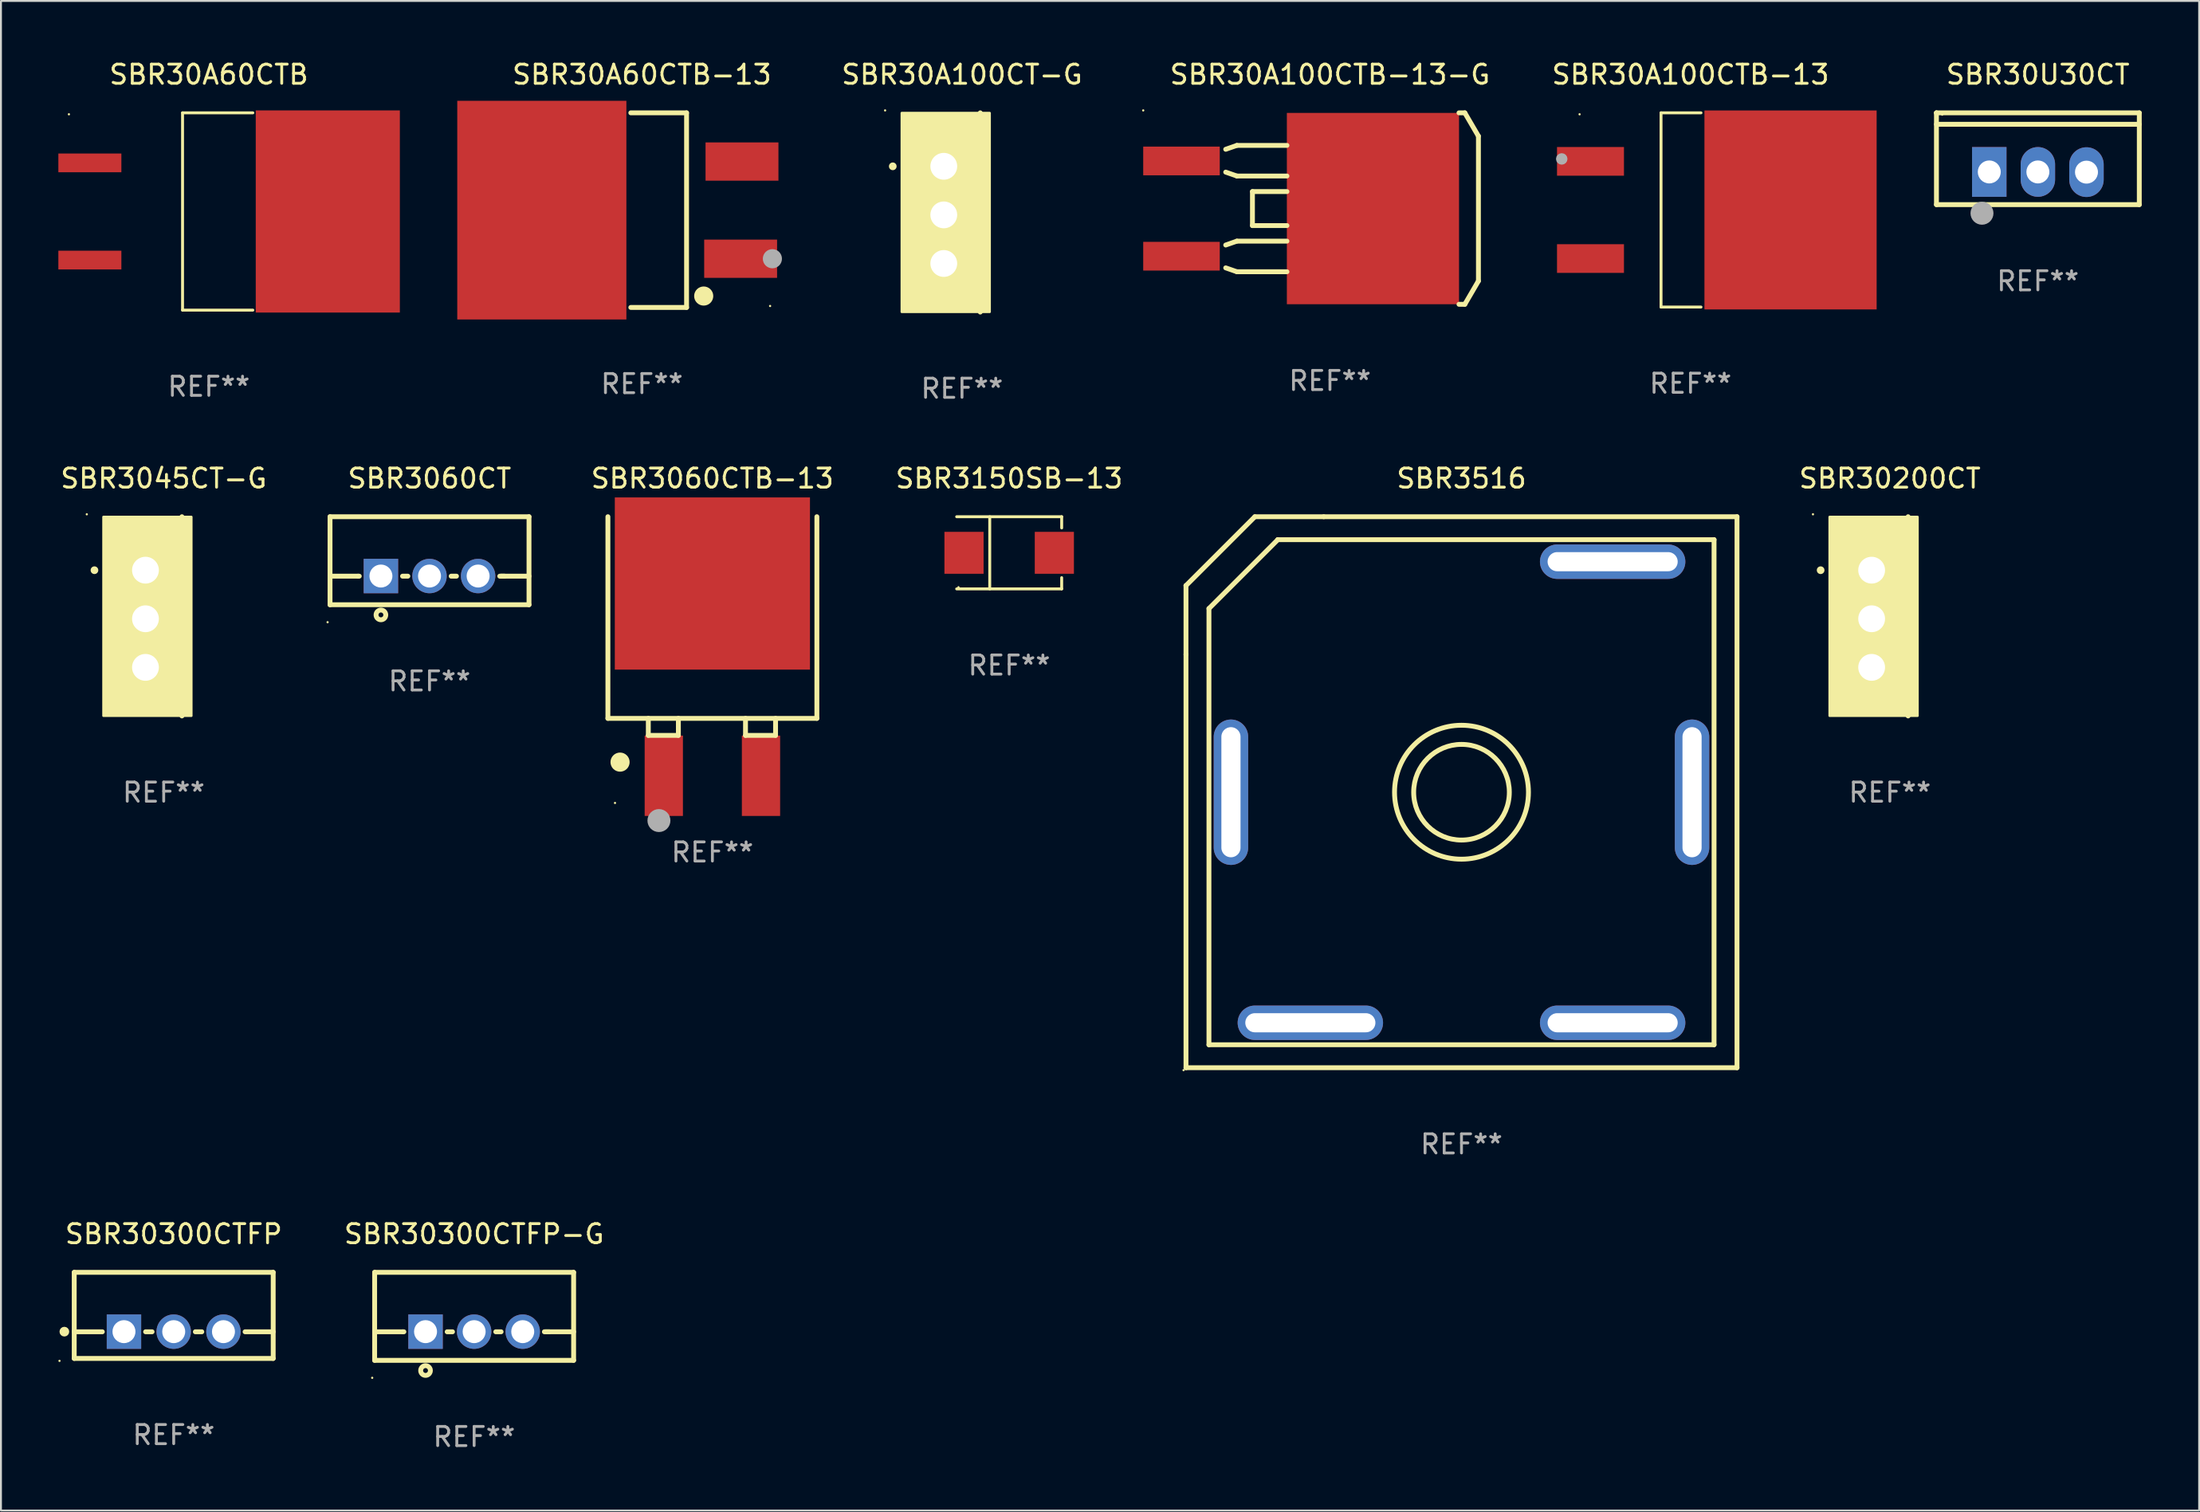
<source format=kicad_pcb>
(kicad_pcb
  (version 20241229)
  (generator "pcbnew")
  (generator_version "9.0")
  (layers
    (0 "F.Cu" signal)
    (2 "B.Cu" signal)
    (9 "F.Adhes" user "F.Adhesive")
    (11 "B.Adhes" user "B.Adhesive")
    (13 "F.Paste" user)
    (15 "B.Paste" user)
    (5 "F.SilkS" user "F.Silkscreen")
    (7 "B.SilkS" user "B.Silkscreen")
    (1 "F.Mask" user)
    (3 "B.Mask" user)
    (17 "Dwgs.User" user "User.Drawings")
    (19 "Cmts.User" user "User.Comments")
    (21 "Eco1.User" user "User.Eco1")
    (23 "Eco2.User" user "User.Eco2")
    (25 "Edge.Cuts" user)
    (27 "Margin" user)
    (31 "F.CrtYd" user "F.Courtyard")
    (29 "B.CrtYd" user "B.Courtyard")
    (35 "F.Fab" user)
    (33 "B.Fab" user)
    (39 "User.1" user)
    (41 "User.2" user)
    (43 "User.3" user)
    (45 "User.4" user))
  (footprint "SBR3150SB-13"
    (layer "F.Cu")
    (at 49.696 25.845)
    (property "Reference" "SBR3150SB-13" (at 0 -3.886 0) (layer "F.SilkS") (effects (font (size 1 1) (thickness 0.15))))
    (attr through_hole)
    (fp_line (start -2.744 -1.886) (end 2.744 -1.886) (stroke (width 0.152) (type solid)) (layer "F.SilkS"))
    (fp_line (start -2.744 1.886) (end 2.744 1.886) (stroke (width 0.152) (type solid)) (layer "F.SilkS"))
    (fp_line (start -1.016 -1.886) (end -1.016 1.886) (stroke (width 0.152) (type solid)) (layer "F.SilkS"))
    (fp_line (start 2.744 -1.886) (end 2.744 -1.299) (stroke (width 0.152) (type solid)) (layer "F.SilkS"))
    (fp_line (start 2.744 1.886) (end 2.744 1.299) (stroke (width 0.152) (type solid)) (layer "F.SilkS"))
    (fp_circle (center -2.65 1.8) (end -2.62 1.8) (stroke (width 0.06) (type solid)) (fill no) (layer "F.SilkS"))
    (fp_text user "REF**" (at 0 5.886 0) (layer "F.Fab") (effects (font (size 1 1) (thickness 0.15))))
    (pad "1" smd rect (at -2.361 0) (size 2.047 2.192) (layers "F.Cu" "F.Mask" "F.Paste"))
    (pad "2" smd rect (at 2.361 0) (size 2.047 2.192) (layers "F.Cu" "F.Mask" "F.Paste")))
  (footprint "SBR30A100CT-G"
    (layer "F.Cu")
    (at 47.231 8.055)
    (property "Reference" "SBR30A100CT-G" (at 0 -7.207 0) (layer "F.SilkS") (effects (font (size 1 1) (thickness 0.15))))
    (attr through_hole)
    (fp_line (start 0.953 5.207) (end 0.953 -5.207) (stroke (width 0.254) (type solid)) (layer "F.SilkS"))
    (fp_arc (start -3.619507 -2.410465) (mid -3.619511 -2.411735) (end -3.619507 -2.413005) (stroke (width 0.4) (type solid)) (layer "F.SilkS"))
    (fp_circle (center -4.02 -5.334) (end -3.99 -5.334) (stroke (width 0.06) (type solid)) (fill no) (layer "F.SilkS"))
    (fp_poly (pts (xy -3.152 -5.2) (xy 1.448 -5.2) (xy 1.448 5.2) (xy -3.152 5.2)) (stroke (width 0.12) (type solid)) (fill yes) (layer "F.SilkS"))
    (fp_text user "REF**" (at 0 9.207 0) (layer "F.Fab") (effects (font (size 1 1) (thickness 0.15))))
    (pad "1" thru_hole rect (at -0.953 -2.413 270) (size 2 2.5) (drill 1.4) (layers "*.Cu" "*.Mask"))
    (pad "2" thru_hole oval (at -0.953 0.127 270) (size 2 2.5) (drill 1.4) (layers "*.Cu" "*.Mask"))
    (pad "3" thru_hole oval (at -0.953 2.667 270) (size 2 2.5) (drill 1.4) (layers "*.Cu" "*.Mask")))
  (footprint "SBR3060CT"
    (layer "F.Cu")
    (at 19.399 26.259)
    (property "Reference" "SBR3060CT" (at 0 -4.3 0) (layer "F.SilkS") (effects (font (size 1 1) (thickness 0.15))))
    (attr through_hole)
    (fp_line (start -5.2 -2.3) (end -5.2 2.3) (stroke (width 0.254) (type solid)) (layer "F.SilkS"))
    (fp_line (start -5.2 -2.3) (end 5.2 -2.3) (stroke (width 0.254) (type solid)) (layer "F.SilkS"))
    (fp_line (start -5.2 0.807) (end -3.731 0.807) (stroke (width 0.254) (type solid)) (layer "F.SilkS"))
    (fp_line (start -5.2 2.3) (end 5.2 2.3) (stroke (width 0.254) (type solid)) (layer "F.SilkS"))
    (fp_line (start -3.731 0.807) (end -3.671 0.807) (stroke (width 0.254) (type solid)) (layer "F.SilkS"))
    (fp_line (start -1.409 0.807) (end -1.131 0.807) (stroke (width 0.254) (type solid)) (layer "F.SilkS"))
    (fp_line (start 1.131 0.807) (end 1.409 0.807) (stroke (width 0.254) (type solid)) (layer "F.SilkS"))
    (fp_line (start 3.671 0.807) (end 3.926 0.807) (stroke (width 0.254) (type solid)) (layer "F.SilkS"))
    (fp_line (start 3.731 0.807) (end 5.2 0.807) (stroke (width 0.254) (type solid)) (layer "F.SilkS"))
    (fp_line (start 5.2 -2.3) (end 5.2 2.3) (stroke (width 0.254) (type solid)) (layer "F.SilkS"))
    (fp_circle (center -5.327 3.213) (end -5.297 3.213) (stroke (width 0.06) (type solid)) (fill no) (layer "F.SilkS"))
    (fp_circle (center -2.54 2.832) (end -2.286 2.832) (stroke (width 0.254) (type solid)) (fill no) (layer "F.SilkS"))
    (fp_text user "REF**" (at 0 6.3 0) (layer "F.Fab") (effects (font (size 1 1) (thickness 0.15))))
    (pad "1" thru_hole rect (at -2.54 0.8) (size 1.8 1.8) (drill 1.2) (layers "*.Cu" "*.Mask"))
    (pad "2" thru_hole circle (at 0 0.8) (size 1.8 1.8) (drill 1.2) (layers "*.Cu" "*.Mask"))
    (pad "3" thru_hole circle (at 2.54 0.8) (size 1.8 1.8) (drill 1.2) (layers "*.Cu" "*.Mask")))
  (footprint "SBR30300CTFP-G"
    (layer "F.Cu")
    (at 21.731 65.755)
    (property "Reference" "SBR30300CTFP-G" (at 0 -4.3 0) (layer "F.SilkS") (effects (font (size 1 1) (thickness 0.15))))
    (attr through_hole)
    (fp_line (start -5.2 -2.3) (end -5.2 2.3) (stroke (width 0.254) (type solid)) (layer "F.SilkS"))
    (fp_line (start -5.2 -2.3) (end 5.2 -2.3) (stroke (width 0.254) (type solid)) (layer "F.SilkS"))
    (fp_line (start -5.2 0.807) (end -3.731 0.807) (stroke (width 0.254) (type solid)) (layer "F.SilkS"))
    (fp_line (start -5.2 2.3) (end 5.2 2.3) (stroke (width 0.254) (type solid)) (layer "F.SilkS"))
    (fp_line (start -3.731 0.807) (end -3.671 0.807) (stroke (width 0.254) (type solid)) (layer "F.SilkS"))
    (fp_line (start -1.409 0.807) (end -1.131 0.807) (stroke (width 0.254) (type solid)) (layer "F.SilkS"))
    (fp_line (start 1.131 0.807) (end 1.409 0.807) (stroke (width 0.254) (type solid)) (layer "F.SilkS"))
    (fp_line (start 3.671 0.807) (end 3.926 0.807) (stroke (width 0.254) (type solid)) (layer "F.SilkS"))
    (fp_line (start 3.731 0.807) (end 5.2 0.807) (stroke (width 0.254) (type solid)) (layer "F.SilkS"))
    (fp_line (start 5.2 -2.3) (end 5.2 2.3) (stroke (width 0.254) (type solid)) (layer "F.SilkS"))
    (fp_circle (center -5.327 3.213) (end -5.297 3.213) (stroke (width 0.06) (type solid)) (fill no) (layer "F.SilkS"))
    (fp_circle (center -2.54 2.832) (end -2.286 2.832) (stroke (width 0.254) (type solid)) (fill no) (layer "F.SilkS"))
    (fp_text user "REF**" (at 0 6.3 0) (layer "F.Fab") (effects (font (size 1 1) (thickness 0.15))))
    (pad "1" thru_hole rect (at -2.54 0.8) (size 1.8 1.8) (drill 1.2) (layers "*.Cu" "*.Mask"))
    (pad "2" thru_hole circle (at 0 0.8) (size 1.8 1.8) (drill 1.2) (layers "*.Cu" "*.Mask"))
    (pad "3" thru_hole circle (at 2.54 0.8) (size 1.8 1.8) (drill 1.2) (layers "*.Cu" "*.Mask")))
  (footprint "SBR30A60CTB-13"
    (layer "F.Cu")
    (at 30.5 7.934)
    (property "Reference" "SBR30A60CTB-13" (at 0 -7.086 0) (layer "F.SilkS") (effects (font (size 1 1) (thickness 0.15))))
    (attr through_hole)
    (fp_line (start 2.334 -5.086) (end -0.58 -5.086) (stroke (width 0.254) (type solid)) (layer "F.SilkS"))
    (fp_line (start 2.334 -5.086) (end 2.334 5.086) (stroke (width 0.254) (type solid)) (layer "F.SilkS"))
    (fp_line (start 2.334 5.086) (end -0.58 5.086) (stroke (width 0.254) (type solid)) (layer "F.SilkS"))
    (fp_circle (center 3.23 4.49) (end 3.48 4.49) (stroke (width 0.5) (type solid)) (fill no) (layer "F.SilkS"))
    (fp_circle (center 6.7 5.01) (end 6.73 5.01) (stroke (width 0.06) (type solid)) (fill no) (layer "F.SilkS"))
    (fp_circle (center 6.82 2.54) (end 7.07 2.54) (stroke (width 0.5) (type solid)) (fill no) (layer "F.Fab"))
    (fp_text user "REF**" (at 0 9.086 0) (layer "F.Fab") (effects (font (size 1 1) (thickness 0.15))))
    (pad "1" smd rect (at 5.16 2.54) (size 3.81 2) (layers "F.Cu" "F.Mask" "F.Paste"))
    (pad "3" smd rect (at 5.231 -2.54) (size 3.81 2) (layers "F.Cu" "F.Mask" "F.Paste"))
    (pad "4" smd rect (at -5.231 0) (size 8.84 11.43) (layers "F.Cu" "F.Mask" "F.Paste")))
  (footprint "SBR30A60CTB"
    (layer "F.Cu")
    (at 7.865 8.004)
    (property "Reference" "SBR30A60CTB" (at 0 -7.156 0) (layer "F.SilkS") (effects (font (size 1 1) (thickness 0.15))))
    (attr through_hole)
    (fp_line (start -1.374 -5.156) (end -1.374 5.156) (stroke (width 0.152) (type solid)) (layer "F.SilkS"))
    (fp_line (start 2.3 -5.156) (end -1.374 -5.156) (stroke (width 0.152) (type solid)) (layer "F.SilkS"))
    (fp_line (start 2.3 5.156) (end -1.374 5.156) (stroke (width 0.152) (type solid)) (layer "F.SilkS"))
    (fp_circle (center -7.313 -5.08) (end -7.283 -5.08) (stroke (width 0.06) (type solid)) (fill no) (layer "F.SilkS"))
    (fp_text user "REF**" (at 0 9.156 0) (layer "F.Fab") (effects (font (size 1 1) (thickness 0.15))))
    (pad "1" smd rect (at -6.218 -2.54) (size 3.294 0.98) (layers "F.Cu" "F.Mask" "F.Paste"))
    (pad "2" smd rect (at 6.218 0) (size 7.532 10.566) (layers "F.Cu" "F.Mask" "F.Paste"))
    (pad "3" smd rect (at -6.218 2.54) (size 3.294 0.98) (layers "F.Cu" "F.Mask" "F.Paste")))
  (footprint "SBR30300CTFP"
    (layer "F.Cu")
    (at 6.029 65.705)
    (property "Reference" "SBR30300CTFP" (at 0 -4.25 0) (layer "F.SilkS") (effects (font (size 1 1) (thickness 0.15))))
    (attr through_hole)
    (fp_line (start -5.2 -2.25) (end -5.2 2.25) (stroke (width 0.254) (type solid)) (layer "F.SilkS"))
    (fp_line (start -5.2 -2.25) (end 5.2 -2.25) (stroke (width 0.254) (type solid)) (layer "F.SilkS"))
    (fp_line (start -5.2 0.857) (end -3.731 0.857) (stroke (width 0.254) (type solid)) (layer "F.SilkS"))
    (fp_line (start -5.2 2.25) (end 5.2 2.25) (stroke (width 0.254) (type solid)) (layer "F.SilkS"))
    (fp_line (start -1.469 0.857) (end -1.131 0.857) (stroke (width 0.254) (type solid)) (layer "F.SilkS"))
    (fp_line (start 1.131 0.857) (end 1.469 0.857) (stroke (width 0.254) (type solid)) (layer "F.SilkS"))
    (fp_line (start 3.731 0.857) (end 5.2 0.857) (stroke (width 0.254) (type solid)) (layer "F.SilkS"))
    (fp_line (start 5.2 -2.25) (end 5.2 2.25) (stroke (width 0.254) (type solid)) (layer "F.SilkS"))
    (fp_circle (center -5.969 2.377) (end -5.939 2.377) (stroke (width 0.06) (type solid)) (fill no) (layer "F.SilkS"))
    (fp_circle (center -5.715 0.85) (end -5.588 0.85) (stroke (width 0.254) (type solid)) (fill no) (layer "F.SilkS"))
    (fp_text user "REF**" (at 0 6.25 0) (layer "F.Fab") (effects (font (size 1 1) (thickness 0.15))))
    (pad "1" thru_hole rect (at -2.6 0.85) (size 1.8 1.8) (drill 1.2) (layers "*.Cu" "*.Mask"))
    (pad "2" thru_hole circle (at 0 0.85) (size 1.8 1.8) (drill 1.2) (layers "*.Cu" "*.Mask"))
    (pad "3" thru_hole circle (at 2.6 0.85) (size 1.8 1.8) (drill 1.2) (layers "*.Cu" "*.Mask")))
  (footprint "SBR30A100CTB-13-G"
    (layer "F.Cu")
    (at 66.462 7.852)
    (property "Reference" "SBR30A100CTB-13-G" (at 0 -7.004 0) (layer "F.SilkS") (effects (font (size 1 1) (thickness 0.15))))
    (attr through_hole)
    (fp_line (start -5.448 -1.905) (end -4.864 -1.702) (stroke (width 0.254) (type solid)) (layer "F.SilkS"))
    (fp_line (start -5.448 3.099) (end -4.864 3.302) (stroke (width 0.254) (type solid)) (layer "F.SilkS"))
    (fp_line (start -4.864 -3.302) (end -5.448 -3.099) (stroke (width 0.254) (type solid)) (layer "F.SilkS"))
    (fp_line (start -4.864 -1.702) (end -2.248 -1.702) (stroke (width 0.254) (type solid)) (layer "F.SilkS"))
    (fp_line (start -4.864 1.702) (end -5.448 1.905) (stroke (width 0.254) (type solid)) (layer "F.SilkS"))
    (fp_line (start -4.864 3.302) (end -2.248 3.302) (stroke (width 0.254) (type solid)) (layer "F.SilkS"))
    (fp_line (start -4.051 -0.889) (end -4.051 0.889) (stroke (width 0.254) (type solid)) (layer "F.SilkS"))
    (fp_line (start -4.051 0.889) (end -2.248 0.889) (stroke (width 0.254) (type solid)) (layer "F.SilkS"))
    (fp_line (start -2.248 -3.302) (end -4.864 -3.302) (stroke (width 0.254) (type solid)) (layer "F.SilkS"))
    (fp_line (start -2.248 -0.889) (end -4.051 -0.889) (stroke (width 0.254) (type solid)) (layer "F.SilkS"))
    (fp_line (start -2.248 1.702) (end -4.864 1.702) (stroke (width 0.254) (type solid)) (layer "F.SilkS"))
    (fp_line (start 6.744 -5.004) (end 7.049 -5.004) (stroke (width 0.254) (type solid)) (layer "F.SilkS"))
    (fp_line (start 7.049 -5.004) (end 7.76 -3.785) (stroke (width 0.254) (type solid)) (layer "F.SilkS"))
    (fp_line (start 7.049 5.004) (end 6.744 5.004) (stroke (width 0.254) (type solid)) (layer "F.SilkS"))
    (fp_line (start 7.76 -3.785) (end 7.76 3.785) (stroke (width 0.254) (type solid)) (layer "F.SilkS"))
    (fp_line (start 7.76 3.785) (end 7.049 5.004) (stroke (width 0.254) (type solid)) (layer "F.SilkS"))
    (fp_circle (center -9.76 -5.131) (end -9.73 -5.131) (stroke (width 0.06) (type solid)) (fill no) (layer "F.SilkS"))
    (fp_text user "REF**" (at 0 9.004 0) (layer "F.Fab") (effects (font (size 1 1) (thickness 0.15))))
    (pad "1" smd rect (at -7.76 -2.489 270) (size 1.501 4.001) (layers "F.Cu" "F.Mask" "F.Paste"))
    (pad "2" smd rect (at 2.247 0.000127 270) (size 10 8.999) (layers "F.Cu" "F.Mask" "F.Paste"))
    (pad "3" smd rect (at -7.76 2.49 270) (size 1.501 4.001) (layers "F.Cu" "F.Mask" "F.Paste")))
  (footprint "SBR3045CT-G"
    (layer "F.Cu")
    (at 5.506 29.166)
    (property "Reference" "SBR3045CT-G" (at 0 -7.207 0) (layer "F.SilkS") (effects (font (size 1 1) (thickness 0.15))))
    (attr through_hole)
    (fp_line (start 0.953 5.207) (end 0.953 -5.207) (stroke (width 0.254) (type solid)) (layer "F.SilkS"))
    (fp_arc (start -3.619507 -2.410465) (mid -3.619511 -2.411735) (end -3.619507 -2.413005) (stroke (width 0.4) (type solid)) (layer "F.SilkS"))
    (fp_circle (center -4.02 -5.334) (end -3.99 -5.334) (stroke (width 0.06) (type solid)) (fill no) (layer "F.SilkS"))
    (fp_poly (pts (xy -3.152 -5.2) (xy 1.448 -5.2) (xy 1.448 5.2) (xy -3.152 5.2)) (stroke (width 0.12) (type solid)) (fill yes) (layer "F.SilkS"))
    (fp_text user "REF**" (at 0 9.207 0) (layer "F.Fab") (effects (font (size 1 1) (thickness 0.15))))
    (pad "1" thru_hole rect (at -0.953 -2.413 270) (size 2 2.5) (drill 1.4) (layers "*.Cu" "*.Mask"))
    (pad "2" thru_hole oval (at -0.953 0.127 270) (size 2 2.5) (drill 1.4) (layers "*.Cu" "*.Mask"))
    (pad "3" thru_hole oval (at -0.953 2.667 270) (size 2 2.5) (drill 1.4) (layers "*.Cu" "*.Mask")))
  (footprint "SBR30200CT"
    (layer "F.Cu")
    (at 95.727 29.166)
    (property "Reference" "SBR30200CT" (at 0 -7.207 0) (layer "F.SilkS") (effects (font (size 1 1) (thickness 0.15))))
    (attr through_hole)
    (fp_line (start 0.953 5.207) (end 0.953 -5.207) (stroke (width 0.254) (type solid)) (layer "F.SilkS"))
    (fp_arc (start -3.619507 -2.410465) (mid -3.619511 -2.411735) (end -3.619507 -2.413005) (stroke (width 0.4) (type solid)) (layer "F.SilkS"))
    (fp_circle (center -4.02 -5.334) (end -3.99 -5.334) (stroke (width 0.06) (type solid)) (fill no) (layer "F.SilkS"))
    (fp_poly (pts (xy -3.152 -5.2) (xy 1.448 -5.2) (xy 1.448 5.2) (xy -3.152 5.2)) (stroke (width 0.12) (type solid)) (fill yes) (layer "F.SilkS"))
    (fp_text user "REF**" (at 0 9.207 0) (layer "F.Fab") (effects (font (size 1 1) (thickness 0.15))))
    (pad "1" thru_hole rect (at -0.953 -2.413 270) (size 2 2.5) (drill 1.4) (layers "*.Cu" "*.Mask"))
    (pad "2" thru_hole oval (at -0.953 0.127 270) (size 2 2.5) (drill 1.4) (layers "*.Cu" "*.Mask"))
    (pad "3" thru_hole oval (at -0.953 2.667 270) (size 2 2.5) (drill 1.4) (layers "*.Cu" "*.Mask")))
  (footprint "SBR3060CTB-13"
    (layer "F.Cu")
    (at 34.184 30.729)
    (property "Reference" "SBR3060CTB-13" (at 0 -8.771 0) (layer "F.SilkS") (effects (font (size 1 1) (thickness 0.15))))
    (attr through_hole)
    (fp_line (start -5.461 -6.771) (end -5.461 3.77) (stroke (width 0.254) (type solid)) (layer "F.SilkS"))
    (fp_line (start -5.461 3.77) (end 5.461 3.77) (stroke (width 0.254) (type solid)) (layer "F.SilkS"))
    (fp_line (start -3.349 3.77) (end -3.349 4.659) (stroke (width 0.254) (type solid)) (layer "F.SilkS"))
    (fp_line (start -3.349 4.659) (end -1.778 4.659) (stroke (width 0.254) (type solid)) (layer "F.SilkS"))
    (fp_line (start -1.778 4.659) (end -1.778 3.77) (stroke (width 0.254) (type solid)) (layer "F.SilkS"))
    (fp_line (start 1.731 3.77) (end 1.731 4.659) (stroke (width 0.254) (type solid)) (layer "F.SilkS"))
    (fp_line (start 1.731 4.659) (end 3.302 4.659) (stroke (width 0.254) (type solid)) (layer "F.SilkS"))
    (fp_line (start 3.302 4.659) (end 3.302 3.77) (stroke (width 0.254) (type solid)) (layer "F.SilkS"))
    (fp_line (start 5.461 3.77) (end 5.461 -6.771) (stroke (width 0.254) (type solid)) (layer "F.SilkS"))
    (fp_circle (center -5.09 8.191) (end -5.06 8.191) (stroke (width 0.06) (type solid)) (fill no) (layer "F.SilkS"))
    (fp_circle (center -4.826 6.057) (end -4.576 6.057) (stroke (width 0.5) (type solid)) (fill no) (layer "F.SilkS"))
    (fp_circle (center -2.794 9.112) (end -2.494 9.112) (stroke (width 0.6) (type solid)) (fill no) (layer "F.Fab"))
    (fp_text user "REF**" (at 0 10.771 0) (layer "F.Fab") (effects (font (size 1 1) (thickness 0.15))))
    (pad "1" smd rect (at -2.54 6.771 270) (size 4.2 2) (layers "F.Cu" "F.Mask" "F.Paste"))
    (pad "2" smd rect (at -0.000076 -3.279) (size 10.2 9) (layers "F.Cu" "F.Mask" "F.Paste"))
    (pad "3" smd rect (at 2.54 6.771 270) (size 4.2 2) (layers "F.Cu" "F.Mask" "F.Paste")))
  (footprint "SBR3516"
    (layer "F.Cu")
    (at 73.337 38.359)
    (property "Reference" "SBR3516" (at 0 -16.4 0) (layer "F.SilkS") (effects (font (size 1 1) (thickness 0.15))))
    (attr through_hole)
    (fp_line (start -14.4 -10.8) (end -14.4 -10.8) (stroke (width 0.254) (type solid)) (layer "F.SilkS"))
    (fp_line (start -14.4 -10.8) (end -10.8 -14.4) (stroke (width 0.254) (type solid)) (layer "F.SilkS"))
    (fp_line (start -14.4 -7.2) (end -14.4 -10.8) (stroke (width 0.254) (type solid)) (layer "F.SilkS"))
    (fp_line (start -14.4 14.4) (end -14.4 -7.2) (stroke (width 0.254) (type solid)) (layer "F.SilkS"))
    (fp_line (start -13.2 -9.6) (end -13.2 13.2) (stroke (width 0.254) (type solid)) (layer "F.SilkS"))
    (fp_line (start -13.2 13.2) (end 13.2 13.2) (stroke (width 0.254) (type solid)) (layer "F.SilkS"))
    (fp_line (start -10.8 -14.4) (end -7.2 -14.4) (stroke (width 0.254) (type solid)) (layer "F.SilkS"))
    (fp_line (start -9.6 -13.2) (end -13.2 -9.6) (stroke (width 0.254) (type solid)) (layer "F.SilkS"))
    (fp_line (start -9.6 -13.2) (end -9.6 -13.2) (stroke (width 0.254) (type solid)) (layer "F.SilkS"))
    (fp_line (start -7.2 -14.4) (end 14.4 -14.4) (stroke (width 0.254) (type solid)) (layer "F.SilkS"))
    (fp_line (start 13.2 -13.2) (end -9.6 -13.2) (stroke (width 0.254) (type solid)) (layer "F.SilkS"))
    (fp_line (start 13.2 13.2) (end 13.2 -13.2) (stroke (width 0.254) (type solid)) (layer "F.SilkS"))
    (fp_line (start 14.4 -14.4) (end 14.4 14.4) (stroke (width 0.254) (type solid)) (layer "F.SilkS"))
    (fp_line (start 14.4 14.4) (end -14.4 14.4) (stroke (width 0.254) (type solid)) (layer "F.SilkS"))
    (fp_circle (center -14.527 14.527) (end -14.497 14.527) (stroke (width 0.06) (type solid)) (fill no) (layer "F.SilkS"))
    (fp_circle (center 0 0) (end 2.5 0) (stroke (width 0.254) (type solid)) (fill no) (layer "F.SilkS"))
    (fp_circle (center 0 0) (end 3.5 0) (stroke (width 0.254) (type solid)) (fill no) (layer "F.SilkS"))
    (fp_text user "REF**" (at 0 18.4 0) (layer "F.Fab") (effects (font (size 1 1) (thickness 0.15))))
    (pad "1" thru_hole oval (at -12.05 0) (size 1.8 7.6) (drill oval 1 6.8) (layers "*.Cu" "*.Mask"))
    (pad "2" thru_hole oval (at -7.9 12.05 90) (size 1.8 7.6) (drill oval 1 6.8) (layers "*.Cu" "*.Mask"))
    (pad "3" thru_hole oval (at 7.9 12.05 90) (size 1.8 7.6) (drill oval 1 6.8) (layers "*.Cu" "*.Mask"))
    (pad "4" thru_hole oval (at 7.9 -12.05 90) (size 1.8 7.6) (drill oval 1 6.8) (layers "*.Cu" "*.Mask"))
    (pad "5" thru_hole oval (at 12.05 0) (size 1.8 7.6) (drill oval 1 6.8) (layers "*.Cu" "*.Mask")))
  (footprint "SBR30U30CT"
    (layer "F.Cu")
    (at 103.462 5.247)
    (property "Reference" "SBR30U30CT" (at 0 -4.399 0) (layer "F.SilkS") (effects (font (size 1 1) (thickness 0.15))))
    (attr through_hole)
    (fp_line (start -5.301 -2.399) (end 5.301 -2.399) (stroke (width 0.254) (type solid)) (layer "F.SilkS"))
    (fp_line (start -5.301 -2.394) (end -5.301 -2.399) (stroke (width 0.254) (type solid)) (layer "F.SilkS"))
    (fp_line (start -5.301 2.399) (end -5.301 -2.394) (stroke (width 0.254) (type solid)) (layer "F.SilkS"))
    (fp_line (start 5.3 -1.8) (end -5.3 -1.8) (stroke (width 0.254) (type solid)) (layer "F.SilkS"))
    (fp_line (start 5.301 -2.399) (end 5.301 2.399) (stroke (width 0.254) (type solid)) (layer "F.SilkS"))
    (fp_line (start 5.301 2.399) (end -5.301 2.399) (stroke (width 0.254) (type solid)) (layer "F.SilkS"))
    (fp_arc (start -2.769977 3.025032) (mid -2.768707 3.025028) (end -2.767437 3.025032) (stroke (width 0.4) (type solid)) (layer "F.SilkS"))
    (fp_circle (center -5 -2.305) (end -4.97 -2.305) (stroke (width 0.06) (type solid)) (fill no) (layer "F.SilkS"))
    (fp_circle (center -2.921 2.849) (end -2.621 2.849) (stroke (width 0.6) (type solid)) (fill no) (layer "F.Fab"))
    (fp_text user "REF**" (at 0 6.399 0) (layer "F.Fab") (effects (font (size 1 1) (thickness 0.15))))
    (pad "1" thru_hole rect (at -2.54 0.69) (size 1.8 2.6) (drill 1.2) (layers "*.Cu" "*.Mask"))
    (pad "2" thru_hole oval (at 0 0.69) (size 1.8 2.6) (drill 1.2) (layers "*.Cu" "*.Mask"))
    (pad "3" thru_hole oval (at 2.54 0.7) (size 1.8 2.6) (drill 1.2) (layers "*.Cu" "*.Mask")))
  (footprint "SBR30A100CTB-13"
    (layer "F.Cu")
    (at 85.307 7.924)
    (property "Reference" "SBR30A100CTB-13" (at 0 -7.076 0) (layer "F.SilkS") (effects (font (size 1 1) (thickness 0.15))))
    (attr through_hole)
    (fp_line (start -1.541 -5.076) (end -1.541 5.076) (stroke (width 0.152) (type solid)) (layer "F.SilkS"))
    (fp_line (start -1.541 -5.076) (end 0.548 -5.076) (stroke (width 0.152) (type solid)) (layer "F.SilkS"))
    (fp_line (start -1.541 5.076) (end 0.548 5.076) (stroke (width 0.152) (type solid)) (layer "F.SilkS"))
    (fp_circle (center -5.798 -5) (end -5.768 -5) (stroke (width 0.06) (type solid)) (fill no) (layer "F.SilkS"))
    (fp_circle (center -6.731 -2.667) (end -6.581 -2.667) (stroke (width 0.3) (type solid)) (fill no) (layer "F.Fab"))
    (fp_text user "REF**" (at 0 9.076 0) (layer "F.Fab") (effects (font (size 1 1) (thickness 0.15))))
    (pad "1" smd rect (at -5.228 -2.54) (size 3.5 1.5) (layers "F.Cu" "F.Mask" "F.Paste"))
    (pad "2" smd rect (at 5.228 0) (size 9 10.4) (layers "F.Cu" "F.Mask" "F.Paste"))
    (pad "3" smd rect (at -5.228 2.54) (size 3.5 1.5) (layers "F.Cu" "F.Mask" "F.Paste")))
  (gr_rect
    (start -3 -3)
    (end 111.891 75.904)
    (stroke (width 0.1) (type default))
    (fill no)
    (layer "Edge.Cuts")))
</source>
